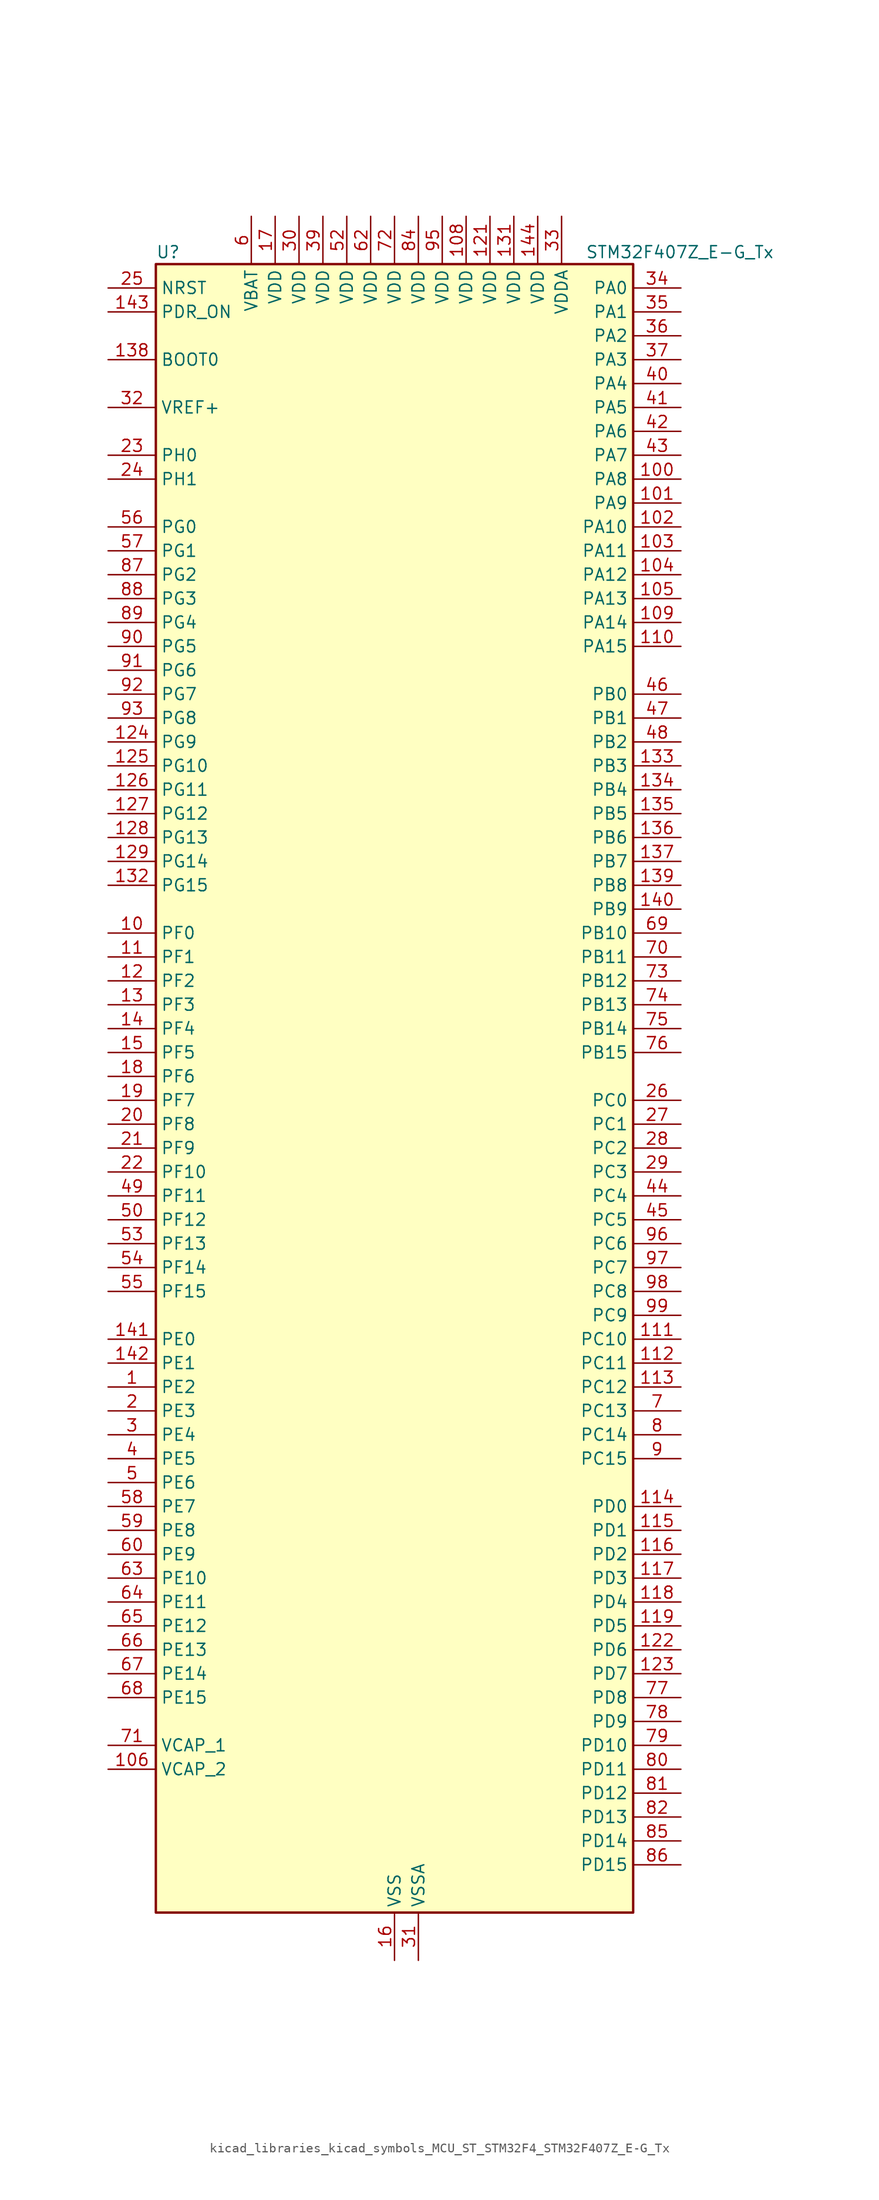
<source format=kicad_sym>
(kicad_symbol_lib
  (version 20220914)
  (generator kicad_symbol_editor)
  (symbol "kicad_libraries_kicad_symbols_MCU_ST_STM32F4_STM32F407Z_E-G_Tx"
    (property "Reference" "U"
      (at -25.4 90.17 0)
      (effects (font (size 1.27 1.27)) (justify left)))
    (property "Value" "STM32F407Z_E-G_Tx"
      (at 20.32 90.17 0)
      (effects (font (size 1.27 1.27)) (justify left)))
    (property "ki_locked" ""
      (at 0 0 0)
      (effects (font (size 1.27 1.27))))
    (symbol "kicad_libraries_kicad_symbols_MCU_ST_STM32F4_STM32F407Z_E-G_Tx_0_1"
      (rectangle (start -25.4 -86.36) (end 25.4 88.9) (stroke (width 0.254) (type default)) (fill (type background))))
    (symbol "kicad_libraries_kicad_symbols_MCU_ST_STM32F4_STM32F407Z_E-G_Tx_1_1"
      (pin bidirectional line (at -30.48 -30.48 0) (length 5.08) (name "PE2" (effects (font (size 1.27 1.27)))) (number "1" (effects (font (size 1.27 1.27)))) (alternate "ETH_TXD3" bidirectional line) (alternate "FSMC_A23" bidirectional line) (alternate "SYS_TRACECLK" bidirectional line))
      (pin bidirectional line (at -30.48 17.78 0) (length 5.08) (name "PF0" (effects (font (size 1.27 1.27)))) (number "10" (effects (font (size 1.27 1.27)))) (alternate "FSMC_A0" bidirectional line) (alternate "I2C2_SDA" bidirectional line))
      (pin bidirectional line (at 30.48 66.04 180) (length 5.08) (name "PA8" (effects (font (size 1.27 1.27)))) (number "100" (effects (font (size 1.27 1.27)))) (alternate "I2C3_SCL" bidirectional line) (alternate "RCC_MCO_1" bidirectional line) (alternate "TIM1_CH1" bidirectional line) (alternate "USART1_CK" bidirectional line) (alternate "USB_OTG_FS_SOF" bidirectional line))
      (pin bidirectional line (at 30.48 63.5 180) (length 5.08) (name "PA9" (effects (font (size 1.27 1.27)))) (number "101" (effects (font (size 1.27 1.27)))) (alternate "DAC_EXTI9" bidirectional line) (alternate "DCMI_D0" bidirectional line) (alternate "I2C3_SMBA" bidirectional line) (alternate "TIM1_CH2" bidirectional line) (alternate "USART1_TX" bidirectional line) (alternate "USB_OTG_FS_VBUS" bidirectional line))
      (pin bidirectional line (at 30.48 60.96 180) (length 5.08) (name "PA10" (effects (font (size 1.27 1.27)))) (number "102" (effects (font (size 1.27 1.27)))) (alternate "DCMI_D1" bidirectional line) (alternate "TIM1_CH3" bidirectional line) (alternate "USART1_RX" bidirectional line) (alternate "USB_OTG_FS_ID" bidirectional line))
      (pin bidirectional line (at 30.48 58.42 180) (length 5.08) (name "PA11" (effects (font (size 1.27 1.27)))) (number "103" (effects (font (size 1.27 1.27)))) (alternate "ADC1_EXTI11" bidirectional line) (alternate "ADC2_EXTI11" bidirectional line) (alternate "ADC3_EXTI11" bidirectional line) (alternate "CAN1_RX" bidirectional line) (alternate "TIM1_CH4" bidirectional line) (alternate "USART1_CTS" bidirectional line) (alternate "USB_OTG_FS_DM" bidirectional line))
      (pin bidirectional line (at 30.48 55.88 180) (length 5.08) (name "PA12" (effects (font (size 1.27 1.27)))) (number "104" (effects (font (size 1.27 1.27)))) (alternate "CAN1_TX" bidirectional line) (alternate "TIM1_ETR" bidirectional line) (alternate "USART1_RTS" bidirectional line) (alternate "USB_OTG_FS_DP" bidirectional line))
      (pin bidirectional line (at 30.48 53.34 180) (length 5.08) (name "PA13" (effects (font (size 1.27 1.27)))) (number "105" (effects (font (size 1.27 1.27)))) (alternate "SYS_JTMS-SWDIO" bidirectional line))
      (pin power_out line (at -30.48 -71.12 0) (length 5.08) (name "VCAP_2" (effects (font (size 1.27 1.27)))) (number "106" (effects (font (size 1.27 1.27)))))
      (pin passive line (at 0 -91.44 90) (length 5.08) hide (name "VSS" (effects (font (size 1.27 1.27)))) (number "107" (effects (font (size 1.27 1.27)))))
      (pin power_in line (at 7.62 93.98 270) (length 5.08) (name "VDD" (effects (font (size 1.27 1.27)))) (number "108" (effects (font (size 1.27 1.27)))))
      (pin bidirectional line (at 30.48 50.8 180) (length 5.08) (name "PA14" (effects (font (size 1.27 1.27)))) (number "109" (effects (font (size 1.27 1.27)))) (alternate "SYS_JTCK-SWCLK" bidirectional line))
      (pin bidirectional line (at -30.48 15.24 0) (length 5.08) (name "PF1" (effects (font (size 1.27 1.27)))) (number "11" (effects (font (size 1.27 1.27)))) (alternate "FSMC_A1" bidirectional line) (alternate "I2C2_SCL" bidirectional line))
      (pin bidirectional line (at 30.48 48.26 180) (length 5.08) (name "PA15" (effects (font (size 1.27 1.27)))) (number "110" (effects (font (size 1.27 1.27)))) (alternate "ADC1_EXTI15" bidirectional line) (alternate "ADC2_EXTI15" bidirectional line) (alternate "ADC3_EXTI15" bidirectional line) (alternate "I2S3_WS" bidirectional line) (alternate "SPI1_NSS" bidirectional line) (alternate "SPI3_NSS" bidirectional line) (alternate "SYS_JTDI" bidirectional line) (alternate "TIM2_CH1" bidirectional line) (alternate "TIM2_ETR" bidirectional line))
      (pin bidirectional line (at 30.48 -25.4 180) (length 5.08) (name "PC10" (effects (font (size 1.27 1.27)))) (number "111" (effects (font (size 1.27 1.27)))) (alternate "DCMI_D8" bidirectional line) (alternate "I2S3_CK" bidirectional line) (alternate "SDIO_D2" bidirectional line) (alternate "SPI3_SCK" bidirectional line) (alternate "UART4_TX" bidirectional line) (alternate "USART3_TX" bidirectional line))
      (pin bidirectional line (at 30.48 -27.94 180) (length 5.08) (name "PC11" (effects (font (size 1.27 1.27)))) (number "112" (effects (font (size 1.27 1.27)))) (alternate "ADC1_EXTI11" bidirectional line) (alternate "ADC2_EXTI11" bidirectional line) (alternate "ADC3_EXTI11" bidirectional line) (alternate "DCMI_D4" bidirectional line) (alternate "I2S3_ext_SD" bidirectional line) (alternate "SDIO_D3" bidirectional line) (alternate "SPI3_MISO" bidirectional line) (alternate "UART4_RX" bidirectional line) (alternate "USART3_RX" bidirectional line))
      (pin bidirectional line (at 30.48 -30.48 180) (length 5.08) (name "PC12" (effects (font (size 1.27 1.27)))) (number "113" (effects (font (size 1.27 1.27)))) (alternate "DCMI_D9" bidirectional line) (alternate "I2S3_SD" bidirectional line) (alternate "SDIO_CK" bidirectional line) (alternate "SPI3_MOSI" bidirectional line) (alternate "UART5_TX" bidirectional line) (alternate "USART3_CK" bidirectional line))
      (pin bidirectional line (at 30.48 -43.18 180) (length 5.08) (name "PD0" (effects (font (size 1.27 1.27)))) (number "114" (effects (font (size 1.27 1.27)))) (alternate "CAN1_RX" bidirectional line) (alternate "FSMC_D2" bidirectional line) (alternate "FSMC_DA2" bidirectional line))
      (pin bidirectional line (at 30.48 -45.72 180) (length 5.08) (name "PD1" (effects (font (size 1.27 1.27)))) (number "115" (effects (font (size 1.27 1.27)))) (alternate "CAN1_TX" bidirectional line) (alternate "FSMC_D3" bidirectional line) (alternate "FSMC_DA3" bidirectional line))
      (pin bidirectional line (at 30.48 -48.26 180) (length 5.08) (name "PD2" (effects (font (size 1.27 1.27)))) (number "116" (effects (font (size 1.27 1.27)))) (alternate "DCMI_D11" bidirectional line) (alternate "SDIO_CMD" bidirectional line) (alternate "TIM3_ETR" bidirectional line) (alternate "UART5_RX" bidirectional line))
      (pin bidirectional line (at 30.48 -50.8 180) (length 5.08) (name "PD3" (effects (font (size 1.27 1.27)))) (number "117" (effects (font (size 1.27 1.27)))) (alternate "FSMC_CLK" bidirectional line) (alternate "USART2_CTS" bidirectional line))
      (pin bidirectional line (at 30.48 -53.34 180) (length 5.08) (name "PD4" (effects (font (size 1.27 1.27)))) (number "118" (effects (font (size 1.27 1.27)))) (alternate "FSMC_NOE" bidirectional line) (alternate "USART2_RTS" bidirectional line))
      (pin bidirectional line (at 30.48 -55.88 180) (length 5.08) (name "PD5" (effects (font (size 1.27 1.27)))) (number "119" (effects (font (size 1.27 1.27)))) (alternate "FSMC_NWE" bidirectional line) (alternate "USART2_TX" bidirectional line))
      (pin bidirectional line (at -30.48 12.7 0) (length 5.08) (name "PF2" (effects (font (size 1.27 1.27)))) (number "12" (effects (font (size 1.27 1.27)))) (alternate "FSMC_A2" bidirectional line) (alternate "I2C2_SMBA" bidirectional line))
      (pin passive line (at 0 -91.44 90) (length 5.08) hide (name "VSS" (effects (font (size 1.27 1.27)))) (number "120" (effects (font (size 1.27 1.27)))))
      (pin power_in line (at 10.16 93.98 270) (length 5.08) (name "VDD" (effects (font (size 1.27 1.27)))) (number "121" (effects (font (size 1.27 1.27)))))
      (pin bidirectional line (at 30.48 -58.42 180) (length 5.08) (name "PD6" (effects (font (size 1.27 1.27)))) (number "122" (effects (font (size 1.27 1.27)))) (alternate "FSMC_NWAIT" bidirectional line) (alternate "USART2_RX" bidirectional line))
      (pin bidirectional line (at 30.48 -60.96 180) (length 5.08) (name "PD7" (effects (font (size 1.27 1.27)))) (number "123" (effects (font (size 1.27 1.27)))) (alternate "FSMC_NCE2" bidirectional line) (alternate "FSMC_NE1" bidirectional line) (alternate "USART2_CK" bidirectional line))
      (pin bidirectional line (at -30.48 38.1 0) (length 5.08) (name "PG9" (effects (font (size 1.27 1.27)))) (number "124" (effects (font (size 1.27 1.27)))) (alternate "DAC_EXTI9" bidirectional line) (alternate "FSMC_NCE3" bidirectional line) (alternate "FSMC_NE2" bidirectional line) (alternate "USART6_RX" bidirectional line))
      (pin bidirectional line (at -30.48 35.56 0) (length 5.08) (name "PG10" (effects (font (size 1.27 1.27)))) (number "125" (effects (font (size 1.27 1.27)))) (alternate "FSMC_NCE4_1" bidirectional line) (alternate "FSMC_NE3" bidirectional line))
      (pin bidirectional line (at -30.48 33.02 0) (length 5.08) (name "PG11" (effects (font (size 1.27 1.27)))) (number "126" (effects (font (size 1.27 1.27)))) (alternate "ADC1_EXTI11" bidirectional line) (alternate "ADC2_EXTI11" bidirectional line) (alternate "ADC3_EXTI11" bidirectional line) (alternate "ETH_TX_EN" bidirectional line) (alternate "FSMC_NCE4_2" bidirectional line))
      (pin bidirectional line (at -30.48 30.48 0) (length 5.08) (name "PG12" (effects (font (size 1.27 1.27)))) (number "127" (effects (font (size 1.27 1.27)))) (alternate "FSMC_NE4" bidirectional line) (alternate "USART6_RTS" bidirectional line))
      (pin bidirectional line (at -30.48 27.94 0) (length 5.08) (name "PG13" (effects (font (size 1.27 1.27)))) (number "128" (effects (font (size 1.27 1.27)))) (alternate "ETH_TXD0" bidirectional line) (alternate "FSMC_A24" bidirectional line) (alternate "USART6_CTS" bidirectional line))
      (pin bidirectional line (at -30.48 25.4 0) (length 5.08) (name "PG14" (effects (font (size 1.27 1.27)))) (number "129" (effects (font (size 1.27 1.27)))) (alternate "ETH_TXD1" bidirectional line) (alternate "FSMC_A25" bidirectional line) (alternate "USART6_TX" bidirectional line))
      (pin bidirectional line (at -30.48 10.16 0) (length 5.08) (name "PF3" (effects (font (size 1.27 1.27)))) (number "13" (effects (font (size 1.27 1.27)))) (alternate "ADC3_IN9" bidirectional line) (alternate "FSMC_A3" bidirectional line))
      (pin passive line (at 0 -91.44 90) (length 5.08) hide (name "VSS" (effects (font (size 1.27 1.27)))) (number "130" (effects (font (size 1.27 1.27)))))
      (pin power_in line (at 12.7 93.98 270) (length 5.08) (name "VDD" (effects (font (size 1.27 1.27)))) (number "131" (effects (font (size 1.27 1.27)))))
      (pin bidirectional line (at -30.48 22.86 0) (length 5.08) (name "PG15" (effects (font (size 1.27 1.27)))) (number "132" (effects (font (size 1.27 1.27)))) (alternate "ADC1_EXTI15" bidirectional line) (alternate "ADC2_EXTI15" bidirectional line) (alternate "ADC3_EXTI15" bidirectional line) (alternate "DCMI_D13" bidirectional line) (alternate "USART6_CTS" bidirectional line))
      (pin bidirectional line (at 30.48 35.56 180) (length 5.08) (name "PB3" (effects (font (size 1.27 1.27)))) (number "133" (effects (font (size 1.27 1.27)))) (alternate "I2S3_CK" bidirectional line) (alternate "SPI1_SCK" bidirectional line) (alternate "SPI3_SCK" bidirectional line) (alternate "SYS_JTDO-SWO" bidirectional line) (alternate "TIM2_CH2" bidirectional line))
      (pin bidirectional line (at 30.48 33.02 180) (length 5.08) (name "PB4" (effects (font (size 1.27 1.27)))) (number "134" (effects (font (size 1.27 1.27)))) (alternate "I2S3_ext_SD" bidirectional line) (alternate "SPI1_MISO" bidirectional line) (alternate "SPI3_MISO" bidirectional line) (alternate "SYS_JTRST" bidirectional line) (alternate "TIM3_CH1" bidirectional line))
      (pin bidirectional line (at 30.48 30.48 180) (length 5.08) (name "PB5" (effects (font (size 1.27 1.27)))) (number "135" (effects (font (size 1.27 1.27)))) (alternate "CAN2_RX" bidirectional line) (alternate "DCMI_D10" bidirectional line) (alternate "ETH_PPS_OUT" bidirectional line) (alternate "I2C1_SMBA" bidirectional line) (alternate "I2S3_SD" bidirectional line) (alternate "SPI1_MOSI" bidirectional line) (alternate "SPI3_MOSI" bidirectional line) (alternate "TIM3_CH2" bidirectional line) (alternate "USB_OTG_HS_ULPI_D7" bidirectional line))
      (pin bidirectional line (at 30.48 27.94 180) (length 5.08) (name "PB6" (effects (font (size 1.27 1.27)))) (number "136" (effects (font (size 1.27 1.27)))) (alternate "CAN2_TX" bidirectional line) (alternate "DCMI_D5" bidirectional line) (alternate "I2C1_SCL" bidirectional line) (alternate "TIM4_CH1" bidirectional line) (alternate "USART1_TX" bidirectional line))
      (pin bidirectional line (at 30.48 25.4 180) (length 5.08) (name "PB7" (effects (font (size 1.27 1.27)))) (number "137" (effects (font (size 1.27 1.27)))) (alternate "DCMI_VSYNC" bidirectional line) (alternate "FSMC_NL" bidirectional line) (alternate "I2C1_SDA" bidirectional line) (alternate "TIM4_CH2" bidirectional line) (alternate "USART1_RX" bidirectional line))
      (pin input line (at -30.48 78.74 0) (length 5.08) (name "BOOT0" (effects (font (size 1.27 1.27)))) (number "138" (effects (font (size 1.27 1.27)))))
      (pin bidirectional line (at 30.48 22.86 180) (length 5.08) (name "PB8" (effects (font (size 1.27 1.27)))) (number "139" (effects (font (size 1.27 1.27)))) (alternate "CAN1_RX" bidirectional line) (alternate "DCMI_D6" bidirectional line) (alternate "ETH_TXD3" bidirectional line) (alternate "I2C1_SCL" bidirectional line) (alternate "SDIO_D4" bidirectional line) (alternate "TIM10_CH1" bidirectional line) (alternate "TIM4_CH3" bidirectional line))
      (pin bidirectional line (at -30.48 7.62 0) (length 5.08) (name "PF4" (effects (font (size 1.27 1.27)))) (number "14" (effects (font (size 1.27 1.27)))) (alternate "ADC3_IN14" bidirectional line) (alternate "FSMC_A4" bidirectional line))
      (pin bidirectional line (at 30.48 20.32 180) (length 5.08) (name "PB9" (effects (font (size 1.27 1.27)))) (number "140" (effects (font (size 1.27 1.27)))) (alternate "CAN1_TX" bidirectional line) (alternate "DAC_EXTI9" bidirectional line) (alternate "DCMI_D7" bidirectional line) (alternate "I2C1_SDA" bidirectional line) (alternate "I2S2_WS" bidirectional line) (alternate "SDIO_D5" bidirectional line) (alternate "SPI2_NSS" bidirectional line) (alternate "TIM11_CH1" bidirectional line) (alternate "TIM4_CH4" bidirectional line))
      (pin bidirectional line (at -30.48 -25.4 0) (length 5.08) (name "PE0" (effects (font (size 1.27 1.27)))) (number "141" (effects (font (size 1.27 1.27)))) (alternate "DCMI_D2" bidirectional line) (alternate "FSMC_NBL0" bidirectional line) (alternate "TIM4_ETR" bidirectional line))
      (pin bidirectional line (at -30.48 -27.94 0) (length 5.08) (name "PE1" (effects (font (size 1.27 1.27)))) (number "142" (effects (font (size 1.27 1.27)))) (alternate "DCMI_D3" bidirectional line) (alternate "FSMC_NBL1" bidirectional line))
      (pin input line (at -30.48 83.82 0) (length 5.08) (name "PDR_ON" (effects (font (size 1.27 1.27)))) (number "143" (effects (font (size 1.27 1.27)))))
      (pin power_in line (at 15.24 93.98 270) (length 5.08) (name "VDD" (effects (font (size 1.27 1.27)))) (number "144" (effects (font (size 1.27 1.27)))))
      (pin bidirectional line (at -30.48 5.08 0) (length 5.08) (name "PF5" (effects (font (size 1.27 1.27)))) (number "15" (effects (font (size 1.27 1.27)))) (alternate "ADC3_IN15" bidirectional line) (alternate "FSMC_A5" bidirectional line))
      (pin power_in line (at 0 -91.44 90) (length 5.08) (name "VSS" (effects (font (size 1.27 1.27)))) (number "16" (effects (font (size 1.27 1.27)))))
      (pin power_in line (at -12.7 93.98 270) (length 5.08) (name "VDD" (effects (font (size 1.27 1.27)))) (number "17" (effects (font (size 1.27 1.27)))))
      (pin bidirectional line (at -30.48 2.54 0) (length 5.08) (name "PF6" (effects (font (size 1.27 1.27)))) (number "18" (effects (font (size 1.27 1.27)))) (alternate "ADC3_IN4" bidirectional line) (alternate "FSMC_NIORD" bidirectional line) (alternate "TIM10_CH1" bidirectional line))
      (pin bidirectional line (at -30.48 0 0) (length 5.08) (name "PF7" (effects (font (size 1.27 1.27)))) (number "19" (effects (font (size 1.27 1.27)))) (alternate "ADC3_IN5" bidirectional line) (alternate "FSMC_NREG" bidirectional line) (alternate "TIM11_CH1" bidirectional line))
      (pin bidirectional line (at -30.48 -33.02 0) (length 5.08) (name "PE3" (effects (font (size 1.27 1.27)))) (number "2" (effects (font (size 1.27 1.27)))) (alternate "FSMC_A19" bidirectional line) (alternate "SYS_TRACED0" bidirectional line))
      (pin bidirectional line (at -30.48 -2.54 0) (length 5.08) (name "PF8" (effects (font (size 1.27 1.27)))) (number "20" (effects (font (size 1.27 1.27)))) (alternate "ADC3_IN6" bidirectional line) (alternate "FSMC_NIOWR" bidirectional line) (alternate "TIM13_CH1" bidirectional line))
      (pin bidirectional line (at -30.48 -5.08 0) (length 5.08) (name "PF9" (effects (font (size 1.27 1.27)))) (number "21" (effects (font (size 1.27 1.27)))) (alternate "ADC3_IN7" bidirectional line) (alternate "DAC_EXTI9" bidirectional line) (alternate "FSMC_CD" bidirectional line) (alternate "TIM14_CH1" bidirectional line))
      (pin bidirectional line (at -30.48 -7.62 0) (length 5.08) (name "PF10" (effects (font (size 1.27 1.27)))) (number "22" (effects (font (size 1.27 1.27)))) (alternate "ADC3_IN8" bidirectional line) (alternate "FSMC_INTR" bidirectional line))
      (pin bidirectional line (at -30.48 68.58 0) (length 5.08) (name "PH0" (effects (font (size 1.27 1.27)))) (number "23" (effects (font (size 1.27 1.27)))) (alternate "RCC_OSC_IN" bidirectional line))
      (pin bidirectional line (at -30.48 66.04 0) (length 5.08) (name "PH1" (effects (font (size 1.27 1.27)))) (number "24" (effects (font (size 1.27 1.27)))) (alternate "RCC_OSC_OUT" bidirectional line))
      (pin input line (at -30.48 86.36 0) (length 5.08) (name "NRST" (effects (font (size 1.27 1.27)))) (number "25" (effects (font (size 1.27 1.27)))))
      (pin bidirectional line (at 30.48 0 180) (length 5.08) (name "PC0" (effects (font (size 1.27 1.27)))) (number "26" (effects (font (size 1.27 1.27)))) (alternate "ADC1_IN10" bidirectional line) (alternate "ADC2_IN10" bidirectional line) (alternate "ADC3_IN10" bidirectional line) (alternate "USB_OTG_HS_ULPI_STP" bidirectional line))
      (pin bidirectional line (at 30.48 -2.54 180) (length 5.08) (name "PC1" (effects (font (size 1.27 1.27)))) (number "27" (effects (font (size 1.27 1.27)))) (alternate "ADC1_IN11" bidirectional line) (alternate "ADC2_IN11" bidirectional line) (alternate "ADC3_IN11" bidirectional line) (alternate "ETH_MDC" bidirectional line))
      (pin bidirectional line (at 30.48 -5.08 180) (length 5.08) (name "PC2" (effects (font (size 1.27 1.27)))) (number "28" (effects (font (size 1.27 1.27)))) (alternate "ADC1_IN12" bidirectional line) (alternate "ADC2_IN12" bidirectional line) (alternate "ADC3_IN12" bidirectional line) (alternate "ETH_TXD2" bidirectional line) (alternate "I2S2_ext_SD" bidirectional line) (alternate "SPI2_MISO" bidirectional line) (alternate "USB_OTG_HS_ULPI_DIR" bidirectional line))
      (pin bidirectional line (at 30.48 -7.62 180) (length 5.08) (name "PC3" (effects (font (size 1.27 1.27)))) (number "29" (effects (font (size 1.27 1.27)))) (alternate "ADC1_IN13" bidirectional line) (alternate "ADC2_IN13" bidirectional line) (alternate "ADC3_IN13" bidirectional line) (alternate "ETH_TX_CLK" bidirectional line) (alternate "I2S2_SD" bidirectional line) (alternate "SPI2_MOSI" bidirectional line) (alternate "USB_OTG_HS_ULPI_NXT" bidirectional line))
      (pin bidirectional line (at -30.48 -35.56 0) (length 5.08) (name "PE4" (effects (font (size 1.27 1.27)))) (number "3" (effects (font (size 1.27 1.27)))) (alternate "DCMI_D4" bidirectional line) (alternate "FSMC_A20" bidirectional line) (alternate "SYS_TRACED1" bidirectional line))
      (pin power_in line (at -10.16 93.98 270) (length 5.08) (name "VDD" (effects (font (size 1.27 1.27)))) (number "30" (effects (font (size 1.27 1.27)))))
      (pin power_in line (at 2.54 -91.44 90) (length 5.08) (name "VSSA" (effects (font (size 1.27 1.27)))) (number "31" (effects (font (size 1.27 1.27)))))
      (pin input line (at -30.48 73.66 0) (length 5.08) (name "VREF+" (effects (font (size 1.27 1.27)))) (number "32" (effects (font (size 1.27 1.27)))))
      (pin power_in line (at 17.78 93.98 270) (length 5.08) (name "VDDA" (effects (font (size 1.27 1.27)))) (number "33" (effects (font (size 1.27 1.27)))))
      (pin bidirectional line (at 30.48 86.36 180) (length 5.08) (name "PA0" (effects (font (size 1.27 1.27)))) (number "34" (effects (font (size 1.27 1.27)))) (alternate "ADC1_IN0" bidirectional line) (alternate "ADC2_IN0" bidirectional line) (alternate "ADC3_IN0" bidirectional line) (alternate "ETH_CRS" bidirectional line) (alternate "SYS_WKUP" bidirectional line) (alternate "TIM2_CH1" bidirectional line) (alternate "TIM2_ETR" bidirectional line) (alternate "TIM5_CH1" bidirectional line) (alternate "TIM8_ETR" bidirectional line) (alternate "UART4_TX" bidirectional line) (alternate "USART2_CTS" bidirectional line))
      (pin bidirectional line (at 30.48 83.82 180) (length 5.08) (name "PA1" (effects (font (size 1.27 1.27)))) (number "35" (effects (font (size 1.27 1.27)))) (alternate "ADC1_IN1" bidirectional line) (alternate "ADC2_IN1" bidirectional line) (alternate "ADC3_IN1" bidirectional line) (alternate "ETH_REF_CLK" bidirectional line) (alternate "ETH_RX_CLK" bidirectional line) (alternate "TIM2_CH2" bidirectional line) (alternate "TIM5_CH2" bidirectional line) (alternate "UART4_RX" bidirectional line) (alternate "USART2_RTS" bidirectional line))
      (pin bidirectional line (at 30.48 81.28 180) (length 5.08) (name "PA2" (effects (font (size 1.27 1.27)))) (number "36" (effects (font (size 1.27 1.27)))) (alternate "ADC1_IN2" bidirectional line) (alternate "ADC2_IN2" bidirectional line) (alternate "ADC3_IN2" bidirectional line) (alternate "ETH_MDIO" bidirectional line) (alternate "TIM2_CH3" bidirectional line) (alternate "TIM5_CH3" bidirectional line) (alternate "TIM9_CH1" bidirectional line) (alternate "USART2_TX" bidirectional line))
      (pin bidirectional line (at 30.48 78.74 180) (length 5.08) (name "PA3" (effects (font (size 1.27 1.27)))) (number "37" (effects (font (size 1.27 1.27)))) (alternate "ADC1_IN3" bidirectional line) (alternate "ADC2_IN3" bidirectional line) (alternate "ADC3_IN3" bidirectional line) (alternate "ETH_COL" bidirectional line) (alternate "TIM2_CH4" bidirectional line) (alternate "TIM5_CH4" bidirectional line) (alternate "TIM9_CH2" bidirectional line) (alternate "USART2_RX" bidirectional line) (alternate "USB_OTG_HS_ULPI_D0" bidirectional line))
      (pin passive line (at 0 -91.44 90) (length 5.08) hide (name "VSS" (effects (font (size 1.27 1.27)))) (number "38" (effects (font (size 1.27 1.27)))))
      (pin power_in line (at -7.62 93.98 270) (length 5.08) (name "VDD" (effects (font (size 1.27 1.27)))) (number "39" (effects (font (size 1.27 1.27)))))
      (pin bidirectional line (at -30.48 -38.1 0) (length 5.08) (name "PE5" (effects (font (size 1.27 1.27)))) (number "4" (effects (font (size 1.27 1.27)))) (alternate "DCMI_D6" bidirectional line) (alternate "FSMC_A21" bidirectional line) (alternate "SYS_TRACED2" bidirectional line) (alternate "TIM9_CH1" bidirectional line))
      (pin bidirectional line (at 30.48 76.2 180) (length 5.08) (name "PA4" (effects (font (size 1.27 1.27)))) (number "40" (effects (font (size 1.27 1.27)))) (alternate "ADC1_IN4" bidirectional line) (alternate "ADC2_IN4" bidirectional line) (alternate "DAC_OUT1" bidirectional line) (alternate "DCMI_HSYNC" bidirectional line) (alternate "I2S3_WS" bidirectional line) (alternate "SPI1_NSS" bidirectional line) (alternate "SPI3_NSS" bidirectional line) (alternate "USART2_CK" bidirectional line) (alternate "USB_OTG_HS_SOF" bidirectional line))
      (pin bidirectional line (at 30.48 73.66 180) (length 5.08) (name "PA5" (effects (font (size 1.27 1.27)))) (number "41" (effects (font (size 1.27 1.27)))) (alternate "ADC1_IN5" bidirectional line) (alternate "ADC2_IN5" bidirectional line) (alternate "DAC_OUT2" bidirectional line) (alternate "SPI1_SCK" bidirectional line) (alternate "TIM2_CH1" bidirectional line) (alternate "TIM2_ETR" bidirectional line) (alternate "TIM8_CH1N" bidirectional line) (alternate "USB_OTG_HS_ULPI_CK" bidirectional line))
      (pin bidirectional line (at 30.48 71.12 180) (length 5.08) (name "PA6" (effects (font (size 1.27 1.27)))) (number "42" (effects (font (size 1.27 1.27)))) (alternate "ADC1_IN6" bidirectional line) (alternate "ADC2_IN6" bidirectional line) (alternate "DCMI_PIXCLK" bidirectional line) (alternate "SPI1_MISO" bidirectional line) (alternate "TIM13_CH1" bidirectional line) (alternate "TIM1_BKIN" bidirectional line) (alternate "TIM3_CH1" bidirectional line) (alternate "TIM8_BKIN" bidirectional line))
      (pin bidirectional line (at 30.48 68.58 180) (length 5.08) (name "PA7" (effects (font (size 1.27 1.27)))) (number "43" (effects (font (size 1.27 1.27)))) (alternate "ADC1_IN7" bidirectional line) (alternate "ADC2_IN7" bidirectional line) (alternate "ETH_CRS_DV" bidirectional line) (alternate "ETH_RX_DV" bidirectional line) (alternate "SPI1_MOSI" bidirectional line) (alternate "TIM14_CH1" bidirectional line) (alternate "TIM1_CH1N" bidirectional line) (alternate "TIM3_CH2" bidirectional line) (alternate "TIM8_CH1N" bidirectional line))
      (pin bidirectional line (at 30.48 -10.16 180) (length 5.08) (name "PC4" (effects (font (size 1.27 1.27)))) (number "44" (effects (font (size 1.27 1.27)))) (alternate "ADC1_IN14" bidirectional line) (alternate "ADC2_IN14" bidirectional line) (alternate "ETH_RXD0" bidirectional line))
      (pin bidirectional line (at 30.48 -12.7 180) (length 5.08) (name "PC5" (effects (font (size 1.27 1.27)))) (number "45" (effects (font (size 1.27 1.27)))) (alternate "ADC1_IN15" bidirectional line) (alternate "ADC2_IN15" bidirectional line) (alternate "ETH_RXD1" bidirectional line))
      (pin bidirectional line (at 30.48 43.18 180) (length 5.08) (name "PB0" (effects (font (size 1.27 1.27)))) (number "46" (effects (font (size 1.27 1.27)))) (alternate "ADC1_IN8" bidirectional line) (alternate "ADC2_IN8" bidirectional line) (alternate "ETH_RXD2" bidirectional line) (alternate "TIM1_CH2N" bidirectional line) (alternate "TIM3_CH3" bidirectional line) (alternate "TIM8_CH2N" bidirectional line) (alternate "USB_OTG_HS_ULPI_D1" bidirectional line))
      (pin bidirectional line (at 30.48 40.64 180) (length 5.08) (name "PB1" (effects (font (size 1.27 1.27)))) (number "47" (effects (font (size 1.27 1.27)))) (alternate "ADC1_IN9" bidirectional line) (alternate "ADC2_IN9" bidirectional line) (alternate "ETH_RXD3" bidirectional line) (alternate "TIM1_CH3N" bidirectional line) (alternate "TIM3_CH4" bidirectional line) (alternate "TIM8_CH3N" bidirectional line) (alternate "USB_OTG_HS_ULPI_D2" bidirectional line))
      (pin bidirectional line (at 30.48 38.1 180) (length 5.08) (name "PB2" (effects (font (size 1.27 1.27)))) (number "48" (effects (font (size 1.27 1.27)))))
      (pin bidirectional line (at -30.48 -10.16 0) (length 5.08) (name "PF11" (effects (font (size 1.27 1.27)))) (number "49" (effects (font (size 1.27 1.27)))) (alternate "ADC1_EXTI11" bidirectional line) (alternate "ADC2_EXTI11" bidirectional line) (alternate "ADC3_EXTI11" bidirectional line) (alternate "DCMI_D12" bidirectional line))
      (pin bidirectional line (at -30.48 -40.64 0) (length 5.08) (name "PE6" (effects (font (size 1.27 1.27)))) (number "5" (effects (font (size 1.27 1.27)))) (alternate "DCMI_D7" bidirectional line) (alternate "FSMC_A22" bidirectional line) (alternate "SYS_TRACED3" bidirectional line) (alternate "TIM9_CH2" bidirectional line))
      (pin bidirectional line (at -30.48 -12.7 0) (length 5.08) (name "PF12" (effects (font (size 1.27 1.27)))) (number "50" (effects (font (size 1.27 1.27)))) (alternate "FSMC_A6" bidirectional line))
      (pin passive line (at 0 -91.44 90) (length 5.08) hide (name "VSS" (effects (font (size 1.27 1.27)))) (number "51" (effects (font (size 1.27 1.27)))))
      (pin power_in line (at -5.08 93.98 270) (length 5.08) (name "VDD" (effects (font (size 1.27 1.27)))) (number "52" (effects (font (size 1.27 1.27)))))
      (pin bidirectional line (at -30.48 -15.24 0) (length 5.08) (name "PF13" (effects (font (size 1.27 1.27)))) (number "53" (effects (font (size 1.27 1.27)))) (alternate "FSMC_A7" bidirectional line))
      (pin bidirectional line (at -30.48 -17.78 0) (length 5.08) (name "PF14" (effects (font (size 1.27 1.27)))) (number "54" (effects (font (size 1.27 1.27)))) (alternate "FSMC_A8" bidirectional line))
      (pin bidirectional line (at -30.48 -20.32 0) (length 5.08) (name "PF15" (effects (font (size 1.27 1.27)))) (number "55" (effects (font (size 1.27 1.27)))) (alternate "ADC1_EXTI15" bidirectional line) (alternate "ADC2_EXTI15" bidirectional line) (alternate "ADC3_EXTI15" bidirectional line) (alternate "FSMC_A9" bidirectional line))
      (pin bidirectional line (at -30.48 60.96 0) (length 5.08) (name "PG0" (effects (font (size 1.27 1.27)))) (number "56" (effects (font (size 1.27 1.27)))) (alternate "FSMC_A10" bidirectional line))
      (pin bidirectional line (at -30.48 58.42 0) (length 5.08) (name "PG1" (effects (font (size 1.27 1.27)))) (number "57" (effects (font (size 1.27 1.27)))) (alternate "FSMC_A11" bidirectional line))
      (pin bidirectional line (at -30.48 -43.18 0) (length 5.08) (name "PE7" (effects (font (size 1.27 1.27)))) (number "58" (effects (font (size 1.27 1.27)))) (alternate "FSMC_D4" bidirectional line) (alternate "FSMC_DA4" bidirectional line) (alternate "TIM1_ETR" bidirectional line))
      (pin bidirectional line (at -30.48 -45.72 0) (length 5.08) (name "PE8" (effects (font (size 1.27 1.27)))) (number "59" (effects (font (size 1.27 1.27)))) (alternate "FSMC_D5" bidirectional line) (alternate "FSMC_DA5" bidirectional line) (alternate "TIM1_CH1N" bidirectional line))
      (pin power_in line (at -15.24 93.98 270) (length 5.08) (name "VBAT" (effects (font (size 1.27 1.27)))) (number "6" (effects (font (size 1.27 1.27)))))
      (pin bidirectional line (at -30.48 -48.26 0) (length 5.08) (name "PE9" (effects (font (size 1.27 1.27)))) (number "60" (effects (font (size 1.27 1.27)))) (alternate "DAC_EXTI9" bidirectional line) (alternate "FSMC_D6" bidirectional line) (alternate "FSMC_DA6" bidirectional line) (alternate "TIM1_CH1" bidirectional line))
      (pin passive line (at 0 -91.44 90) (length 5.08) hide (name "VSS" (effects (font (size 1.27 1.27)))) (number "61" (effects (font (size 1.27 1.27)))))
      (pin power_in line (at -2.54 93.98 270) (length 5.08) (name "VDD" (effects (font (size 1.27 1.27)))) (number "62" (effects (font (size 1.27 1.27)))))
      (pin bidirectional line (at -30.48 -50.8 0) (length 5.08) (name "PE10" (effects (font (size 1.27 1.27)))) (number "63" (effects (font (size 1.27 1.27)))) (alternate "FSMC_D7" bidirectional line) (alternate "FSMC_DA7" bidirectional line) (alternate "TIM1_CH2N" bidirectional line))
      (pin bidirectional line (at -30.48 -53.34 0) (length 5.08) (name "PE11" (effects (font (size 1.27 1.27)))) (number "64" (effects (font (size 1.27 1.27)))) (alternate "ADC1_EXTI11" bidirectional line) (alternate "ADC2_EXTI11" bidirectional line) (alternate "ADC3_EXTI11" bidirectional line) (alternate "FSMC_D8" bidirectional line) (alternate "FSMC_DA8" bidirectional line) (alternate "TIM1_CH2" bidirectional line))
      (pin bidirectional line (at -30.48 -55.88 0) (length 5.08) (name "PE12" (effects (font (size 1.27 1.27)))) (number "65" (effects (font (size 1.27 1.27)))) (alternate "FSMC_D9" bidirectional line) (alternate "FSMC_DA9" bidirectional line) (alternate "TIM1_CH3N" bidirectional line))
      (pin bidirectional line (at -30.48 -58.42 0) (length 5.08) (name "PE13" (effects (font (size 1.27 1.27)))) (number "66" (effects (font (size 1.27 1.27)))) (alternate "FSMC_D10" bidirectional line) (alternate "FSMC_DA10" bidirectional line) (alternate "TIM1_CH3" bidirectional line))
      (pin bidirectional line (at -30.48 -60.96 0) (length 5.08) (name "PE14" (effects (font (size 1.27 1.27)))) (number "67" (effects (font (size 1.27 1.27)))) (alternate "FSMC_D11" bidirectional line) (alternate "FSMC_DA11" bidirectional line) (alternate "TIM1_CH4" bidirectional line))
      (pin bidirectional line (at -30.48 -63.5 0) (length 5.08) (name "PE15" (effects (font (size 1.27 1.27)))) (number "68" (effects (font (size 1.27 1.27)))) (alternate "ADC1_EXTI15" bidirectional line) (alternate "ADC2_EXTI15" bidirectional line) (alternate "ADC3_EXTI15" bidirectional line) (alternate "FSMC_D12" bidirectional line) (alternate "FSMC_DA12" bidirectional line) (alternate "TIM1_BKIN" bidirectional line))
      (pin bidirectional line (at 30.48 17.78 180) (length 5.08) (name "PB10" (effects (font (size 1.27 1.27)))) (number "69" (effects (font (size 1.27 1.27)))) (alternate "ETH_RX_ER" bidirectional line) (alternate "I2C2_SCL" bidirectional line) (alternate "I2S2_CK" bidirectional line) (alternate "SPI2_SCK" bidirectional line) (alternate "TIM2_CH3" bidirectional line) (alternate "USART3_TX" bidirectional line) (alternate "USB_OTG_HS_ULPI_D3" bidirectional line))
      (pin bidirectional line (at 30.48 -33.02 180) (length 5.08) (name "PC13" (effects (font (size 1.27 1.27)))) (number "7" (effects (font (size 1.27 1.27)))) (alternate "RTC_AF1" bidirectional line))
      (pin bidirectional line (at 30.48 15.24 180) (length 5.08) (name "PB11" (effects (font (size 1.27 1.27)))) (number "70" (effects (font (size 1.27 1.27)))) (alternate "ADC1_EXTI11" bidirectional line) (alternate "ADC2_EXTI11" bidirectional line) (alternate "ADC3_EXTI11" bidirectional line) (alternate "ETH_TX_EN" bidirectional line) (alternate "I2C2_SDA" bidirectional line) (alternate "TIM2_CH4" bidirectional line) (alternate "USART3_RX" bidirectional line) (alternate "USB_OTG_HS_ULPI_D4" bidirectional line))
      (pin power_out line (at -30.48 -68.58 0) (length 5.08) (name "VCAP_1" (effects (font (size 1.27 1.27)))) (number "71" (effects (font (size 1.27 1.27)))))
      (pin power_in line (at 0 93.98 270) (length 5.08) (name "VDD" (effects (font (size 1.27 1.27)))) (number "72" (effects (font (size 1.27 1.27)))))
      (pin bidirectional line (at 30.48 12.7 180) (length 5.08) (name "PB12" (effects (font (size 1.27 1.27)))) (number "73" (effects (font (size 1.27 1.27)))) (alternate "CAN2_RX" bidirectional line) (alternate "ETH_TXD0" bidirectional line) (alternate "I2C2_SMBA" bidirectional line) (alternate "I2S2_WS" bidirectional line) (alternate "SPI2_NSS" bidirectional line) (alternate "TIM1_BKIN" bidirectional line) (alternate "USART3_CK" bidirectional line) (alternate "USB_OTG_HS_ID" bidirectional line) (alternate "USB_OTG_HS_ULPI_D5" bidirectional line))
      (pin bidirectional line (at 30.48 10.16 180) (length 5.08) (name "PB13" (effects (font (size 1.27 1.27)))) (number "74" (effects (font (size 1.27 1.27)))) (alternate "CAN2_TX" bidirectional line) (alternate "ETH_TXD1" bidirectional line) (alternate "I2S2_CK" bidirectional line) (alternate "SPI2_SCK" bidirectional line) (alternate "TIM1_CH1N" bidirectional line) (alternate "USART3_CTS" bidirectional line) (alternate "USB_OTG_HS_ULPI_D6" bidirectional line) (alternate "USB_OTG_HS_VBUS" bidirectional line))
      (pin bidirectional line (at 30.48 7.62 180) (length 5.08) (name "PB14" (effects (font (size 1.27 1.27)))) (number "75" (effects (font (size 1.27 1.27)))) (alternate "I2S2_ext_SD" bidirectional line) (alternate "SPI2_MISO" bidirectional line) (alternate "TIM12_CH1" bidirectional line) (alternate "TIM1_CH2N" bidirectional line) (alternate "TIM8_CH2N" bidirectional line) (alternate "USART3_RTS" bidirectional line) (alternate "USB_OTG_HS_DM" bidirectional line))
      (pin bidirectional line (at 30.48 5.08 180) (length 5.08) (name "PB15" (effects (font (size 1.27 1.27)))) (number "76" (effects (font (size 1.27 1.27)))) (alternate "ADC1_EXTI15" bidirectional line) (alternate "ADC2_EXTI15" bidirectional line) (alternate "ADC3_EXTI15" bidirectional line) (alternate "I2S2_SD" bidirectional line) (alternate "RTC_REFIN" bidirectional line) (alternate "SPI2_MOSI" bidirectional line) (alternate "TIM12_CH2" bidirectional line) (alternate "TIM1_CH3N" bidirectional line) (alternate "TIM8_CH3N" bidirectional line) (alternate "USB_OTG_HS_DP" bidirectional line))
      (pin bidirectional line (at 30.48 -63.5 180) (length 5.08) (name "PD8" (effects (font (size 1.27 1.27)))) (number "77" (effects (font (size 1.27 1.27)))) (alternate "FSMC_D13" bidirectional line) (alternate "FSMC_DA13" bidirectional line) (alternate "USART3_TX" bidirectional line))
      (pin bidirectional line (at 30.48 -66.04 180) (length 5.08) (name "PD9" (effects (font (size 1.27 1.27)))) (number "78" (effects (font (size 1.27 1.27)))) (alternate "DAC_EXTI9" bidirectional line) (alternate "FSMC_D14" bidirectional line) (alternate "FSMC_DA14" bidirectional line) (alternate "USART3_RX" bidirectional line))
      (pin bidirectional line (at 30.48 -68.58 180) (length 5.08) (name "PD10" (effects (font (size 1.27 1.27)))) (number "79" (effects (font (size 1.27 1.27)))) (alternate "FSMC_D15" bidirectional line) (alternate "FSMC_DA15" bidirectional line) (alternate "USART3_CK" bidirectional line))
      (pin bidirectional line (at 30.48 -35.56 180) (length 5.08) (name "PC14" (effects (font (size 1.27 1.27)))) (number "8" (effects (font (size 1.27 1.27)))) (alternate "RCC_OSC32_IN" bidirectional line))
      (pin bidirectional line (at 30.48 -71.12 180) (length 5.08) (name "PD11" (effects (font (size 1.27 1.27)))) (number "80" (effects (font (size 1.27 1.27)))) (alternate "ADC1_EXTI11" bidirectional line) (alternate "ADC2_EXTI11" bidirectional line) (alternate "ADC3_EXTI11" bidirectional line) (alternate "FSMC_A16" bidirectional line) (alternate "FSMC_CLE" bidirectional line) (alternate "USART3_CTS" bidirectional line))
      (pin bidirectional line (at 30.48 -73.66 180) (length 5.08) (name "PD12" (effects (font (size 1.27 1.27)))) (number "81" (effects (font (size 1.27 1.27)))) (alternate "FSMC_A17" bidirectional line) (alternate "FSMC_ALE" bidirectional line) (alternate "TIM4_CH1" bidirectional line) (alternate "USART3_RTS" bidirectional line))
      (pin bidirectional line (at 30.48 -76.2 180) (length 5.08) (name "PD13" (effects (font (size 1.27 1.27)))) (number "82" (effects (font (size 1.27 1.27)))) (alternate "FSMC_A18" bidirectional line) (alternate "TIM4_CH2" bidirectional line))
      (pin passive line (at 0 -91.44 90) (length 5.08) hide (name "VSS" (effects (font (size 1.27 1.27)))) (number "83" (effects (font (size 1.27 1.27)))))
      (pin power_in line (at 2.54 93.98 270) (length 5.08) (name "VDD" (effects (font (size 1.27 1.27)))) (number "84" (effects (font (size 1.27 1.27)))))
      (pin bidirectional line (at 30.48 -78.74 180) (length 5.08) (name "PD14" (effects (font (size 1.27 1.27)))) (number "85" (effects (font (size 1.27 1.27)))) (alternate "FSMC_D0" bidirectional line) (alternate "FSMC_DA0" bidirectional line) (alternate "TIM4_CH3" bidirectional line))
      (pin bidirectional line (at 30.48 -81.28 180) (length 5.08) (name "PD15" (effects (font (size 1.27 1.27)))) (number "86" (effects (font (size 1.27 1.27)))) (alternate "ADC1_EXTI15" bidirectional line) (alternate "ADC2_EXTI15" bidirectional line) (alternate "ADC3_EXTI15" bidirectional line) (alternate "FSMC_D1" bidirectional line) (alternate "FSMC_DA1" bidirectional line) (alternate "TIM4_CH4" bidirectional line))
      (pin bidirectional line (at -30.48 55.88 0) (length 5.08) (name "PG2" (effects (font (size 1.27 1.27)))) (number "87" (effects (font (size 1.27 1.27)))) (alternate "FSMC_A12" bidirectional line))
      (pin bidirectional line (at -30.48 53.34 0) (length 5.08) (name "PG3" (effects (font (size 1.27 1.27)))) (number "88" (effects (font (size 1.27 1.27)))) (alternate "FSMC_A13" bidirectional line))
      (pin bidirectional line (at -30.48 50.8 0) (length 5.08) (name "PG4" (effects (font (size 1.27 1.27)))) (number "89" (effects (font (size 1.27 1.27)))) (alternate "FSMC_A14" bidirectional line))
      (pin bidirectional line (at 30.48 -38.1 180) (length 5.08) (name "PC15" (effects (font (size 1.27 1.27)))) (number "9" (effects (font (size 1.27 1.27)))) (alternate "ADC1_EXTI15" bidirectional line) (alternate "ADC2_EXTI15" bidirectional line) (alternate "ADC3_EXTI15" bidirectional line) (alternate "RCC_OSC32_OUT" bidirectional line))
      (pin bidirectional line (at -30.48 48.26 0) (length 5.08) (name "PG5" (effects (font (size 1.27 1.27)))) (number "90" (effects (font (size 1.27 1.27)))) (alternate "FSMC_A15" bidirectional line))
      (pin bidirectional line (at -30.48 45.72 0) (length 5.08) (name "PG6" (effects (font (size 1.27 1.27)))) (number "91" (effects (font (size 1.27 1.27)))) (alternate "FSMC_INT2" bidirectional line))
      (pin bidirectional line (at -30.48 43.18 0) (length 5.08) (name "PG7" (effects (font (size 1.27 1.27)))) (number "92" (effects (font (size 1.27 1.27)))) (alternate "FSMC_INT3" bidirectional line) (alternate "USART6_CK" bidirectional line))
      (pin bidirectional line (at -30.48 40.64 0) (length 5.08) (name "PG8" (effects (font (size 1.27 1.27)))) (number "93" (effects (font (size 1.27 1.27)))) (alternate "ETH_PPS_OUT" bidirectional line) (alternate "USART6_RTS" bidirectional line))
      (pin passive line (at 0 -91.44 90) (length 5.08) hide (name "VSS" (effects (font (size 1.27 1.27)))) (number "94" (effects (font (size 1.27 1.27)))))
      (pin power_in line (at 5.08 93.98 270) (length 5.08) (name "VDD" (effects (font (size 1.27 1.27)))) (number "95" (effects (font (size 1.27 1.27)))))
      (pin bidirectional line (at 30.48 -15.24 180) (length 5.08) (name "PC6" (effects (font (size 1.27 1.27)))) (number "96" (effects (font (size 1.27 1.27)))) (alternate "DCMI_D0" bidirectional line) (alternate "I2S2_MCK" bidirectional line) (alternate "SDIO_D6" bidirectional line) (alternate "TIM3_CH1" bidirectional line) (alternate "TIM8_CH1" bidirectional line) (alternate "USART6_TX" bidirectional line))
      (pin bidirectional line (at 30.48 -17.78 180) (length 5.08) (name "PC7" (effects (font (size 1.27 1.27)))) (number "97" (effects (font (size 1.27 1.27)))) (alternate "DCMI_D1" bidirectional line) (alternate "I2S3_MCK" bidirectional line) (alternate "SDIO_D7" bidirectional line) (alternate "TIM3_CH2" bidirectional line) (alternate "TIM8_CH2" bidirectional line) (alternate "USART6_RX" bidirectional line))
      (pin bidirectional line (at 30.48 -20.32 180) (length 5.08) (name "PC8" (effects (font (size 1.27 1.27)))) (number "98" (effects (font (size 1.27 1.27)))) (alternate "DCMI_D2" bidirectional line) (alternate "SDIO_D0" bidirectional line) (alternate "TIM3_CH3" bidirectional line) (alternate "TIM8_CH3" bidirectional line) (alternate "USART6_CK" bidirectional line))
      (pin bidirectional line (at 30.48 -22.86 180) (length 5.08) (name "PC9" (effects (font (size 1.27 1.27)))) (number "99" (effects (font (size 1.27 1.27)))) (alternate "DAC_EXTI9" bidirectional line) (alternate "DCMI_D3" bidirectional line) (alternate "I2C3_SDA" bidirectional line) (alternate "I2S_CKIN" bidirectional line) (alternate "RCC_MCO_2" bidirectional line) (alternate "SDIO_D1" bidirectional line) (alternate "TIM3_CH4" bidirectional line) (alternate "TIM8_CH4" bidirectional line)))))
</source>
